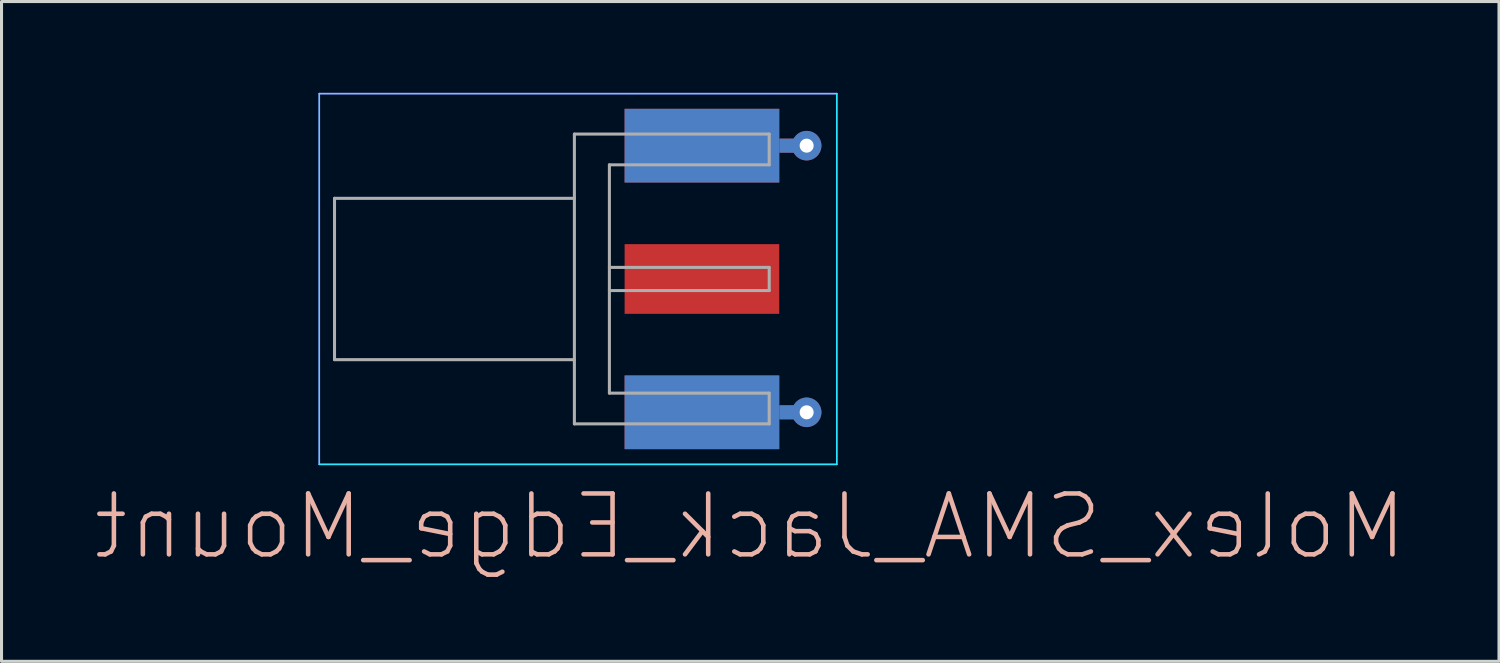
<source format=kicad_pcb>
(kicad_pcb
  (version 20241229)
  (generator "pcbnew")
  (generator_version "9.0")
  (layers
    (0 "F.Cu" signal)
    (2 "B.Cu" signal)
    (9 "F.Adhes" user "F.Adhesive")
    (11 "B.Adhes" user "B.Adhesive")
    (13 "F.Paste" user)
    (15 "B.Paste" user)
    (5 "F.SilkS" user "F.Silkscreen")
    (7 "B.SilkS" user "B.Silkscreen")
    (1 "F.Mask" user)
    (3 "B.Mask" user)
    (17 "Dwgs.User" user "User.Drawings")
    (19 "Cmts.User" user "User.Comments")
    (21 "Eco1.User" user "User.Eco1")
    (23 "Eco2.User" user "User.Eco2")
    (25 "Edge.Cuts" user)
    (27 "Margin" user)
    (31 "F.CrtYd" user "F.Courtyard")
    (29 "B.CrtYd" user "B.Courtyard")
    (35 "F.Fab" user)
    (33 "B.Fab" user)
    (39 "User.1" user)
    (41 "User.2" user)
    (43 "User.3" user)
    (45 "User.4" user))
  (footprint "Molex_SMA_Jack_Edge_Mount"
    (layer "F.Cu")
    (at 21.729 6.115)
    (property "Reference" "Molex_SMA_Jack_Edge_Mount" (at -0.133 8.128 0) (layer "B.SilkS") (effects (font (size 2 2) (thickness 0.15)) (justify mirror)))
    (attr smd)
    (fp_line (start -14.29 -6.09) (end -14.29 6.09) (stroke (width 0.05) (type solid)) (layer "B.CrtYd"))
    (fp_line (start -14.29 -6.09) (end 2.71 -6.09) (stroke (width 0.05) (type solid)) (layer "B.CrtYd"))
    (fp_line (start -14.29 6.09) (end 2.71 6.09) (stroke (width 0.05) (type solid)) (layer "B.CrtYd"))
    (fp_line (start 2.71 -6.09) (end 2.71 6.09) (stroke (width 0.05) (type solid)) (layer "B.CrtYd"))
    (fp_line (start -14.29 -6.09) (end -14.29 6.09) (stroke (width 0.05) (type solid)) (layer "F.CrtYd"))
    (fp_line (start -14.29 6.09) (end 2.71 6.09) (stroke (width 0.05) (type solid)) (layer "F.CrtYd"))
    (fp_line (start 2.71 -6.09) (end -14.29 -6.09) (stroke (width 0.05) (type solid)) (layer "F.CrtYd"))
    (fp_line (start 2.71 -6.09) (end 2.71 6.09) (stroke (width 0.05) (type solid)) (layer "F.CrtYd"))
    (fp_line (start -13.79 -2.65) (end -13.79 2.65) (stroke (width 0.1) (type solid)) (layer "F.Fab"))
    (fp_line (start -13.79 -2.65) (end -5.91 -2.65) (stroke (width 0.1) (type solid)) (layer "F.Fab"))
    (fp_line (start -13.79 2.65) (end -5.91 2.65) (stroke (width 0.1) (type solid)) (layer "F.Fab"))
    (fp_line (start -5.91 -4.76) (end -5.91 4.76) (stroke (width 0.1) (type solid)) (layer "F.Fab"))
    (fp_line (start -5.91 4.76) (end 0.49 4.76) (stroke (width 0.1) (type solid)) (layer "F.Fab"))
    (fp_line (start -4.76 -3.75) (end -4.76 3.75) (stroke (width 0.1) (type solid)) (layer "F.Fab"))
    (fp_line (start -4.76 -3.75) (end 0.49 -3.75) (stroke (width 0.1) (type solid)) (layer "F.Fab"))
    (fp_line (start -4.76 -0.38) (end 0.49 -0.38) (stroke (width 0.1) (type solid)) (layer "F.Fab"))
    (fp_line (start -4.76 0.38) (end 0.49 0.38) (stroke (width 0.1) (type solid)) (layer "F.Fab"))
    (fp_line (start -4.76 3.75) (end 0.49 3.75) (stroke (width 0.1) (type solid)) (layer "F.Fab"))
    (fp_line (start 0.49 -4.76) (end -5.91 -4.76) (stroke (width 0.1) (type solid)) (layer "F.Fab"))
    (fp_line (start 0.49 -4.76) (end 0.49 -3.75) (stroke (width 0.1) (type solid)) (layer "F.Fab"))
    (fp_line (start 0.49 -0.38) (end 0.49 0.38) (stroke (width 0.1) (type solid)) (layer "F.Fab"))
    (fp_line (start 0.49 3.75) (end 0.49 4.76) (stroke (width 0.1) (type solid)) (layer "F.Fab"))
    (pad "1" smd rect (at -1.72 0) (size 5.08 2.29) (layers "F.Cu" "F.Mask" "F.Paste"))
    (pad "2" smd rect (at -1.72 -4.38) (size 5.08 2.42) (layers "F.Cu" "F.Mask" "F.Paste"))
    (pad "2" smd rect (at -1.72 -4.38) (size 5.08 2.42) (layers "B.Cu" "B.Mask" "B.Paste"))
    (pad "2" smd rect (at -1.72 4.38) (size 5.08 2.42) (layers "F.Cu" "F.Mask" "F.Paste"))
    (pad "2" smd rect (at -1.72 4.38) (size 5.08 2.42) (layers "B.Cu" "B.Mask" "B.Paste"))
    (pad "2" smd rect (at 1.27 -4.38) (size 0.89 0.46) (layers "F.Cu"))
    (pad "2" smd rect (at 1.27 -4.38) (size 0.89 0.46) (layers "B.Cu"))
    (pad "2" smd rect (at 1.27 4.38) (size 0.89 0.46) (layers "F.Cu"))
    (pad "2" smd rect (at 1.27 4.38) (size 0.89 0.46) (layers "B.Cu"))
    (pad "2" thru_hole circle (at 1.72 -4.38) (size 0.97 0.97) (drill 0.46) (layers "*.Cu"))
    (pad "2" thru_hole circle (at 1.72 4.38) (size 0.97 0.97) (drill 0.46) (layers "*.Cu")))
  (gr_rect
    (start -3 -3)
    (end 46.193 18.676)
    (stroke (width 0.1) (type default))
    (fill no)
    (layer "Edge.Cuts")))
</source>
